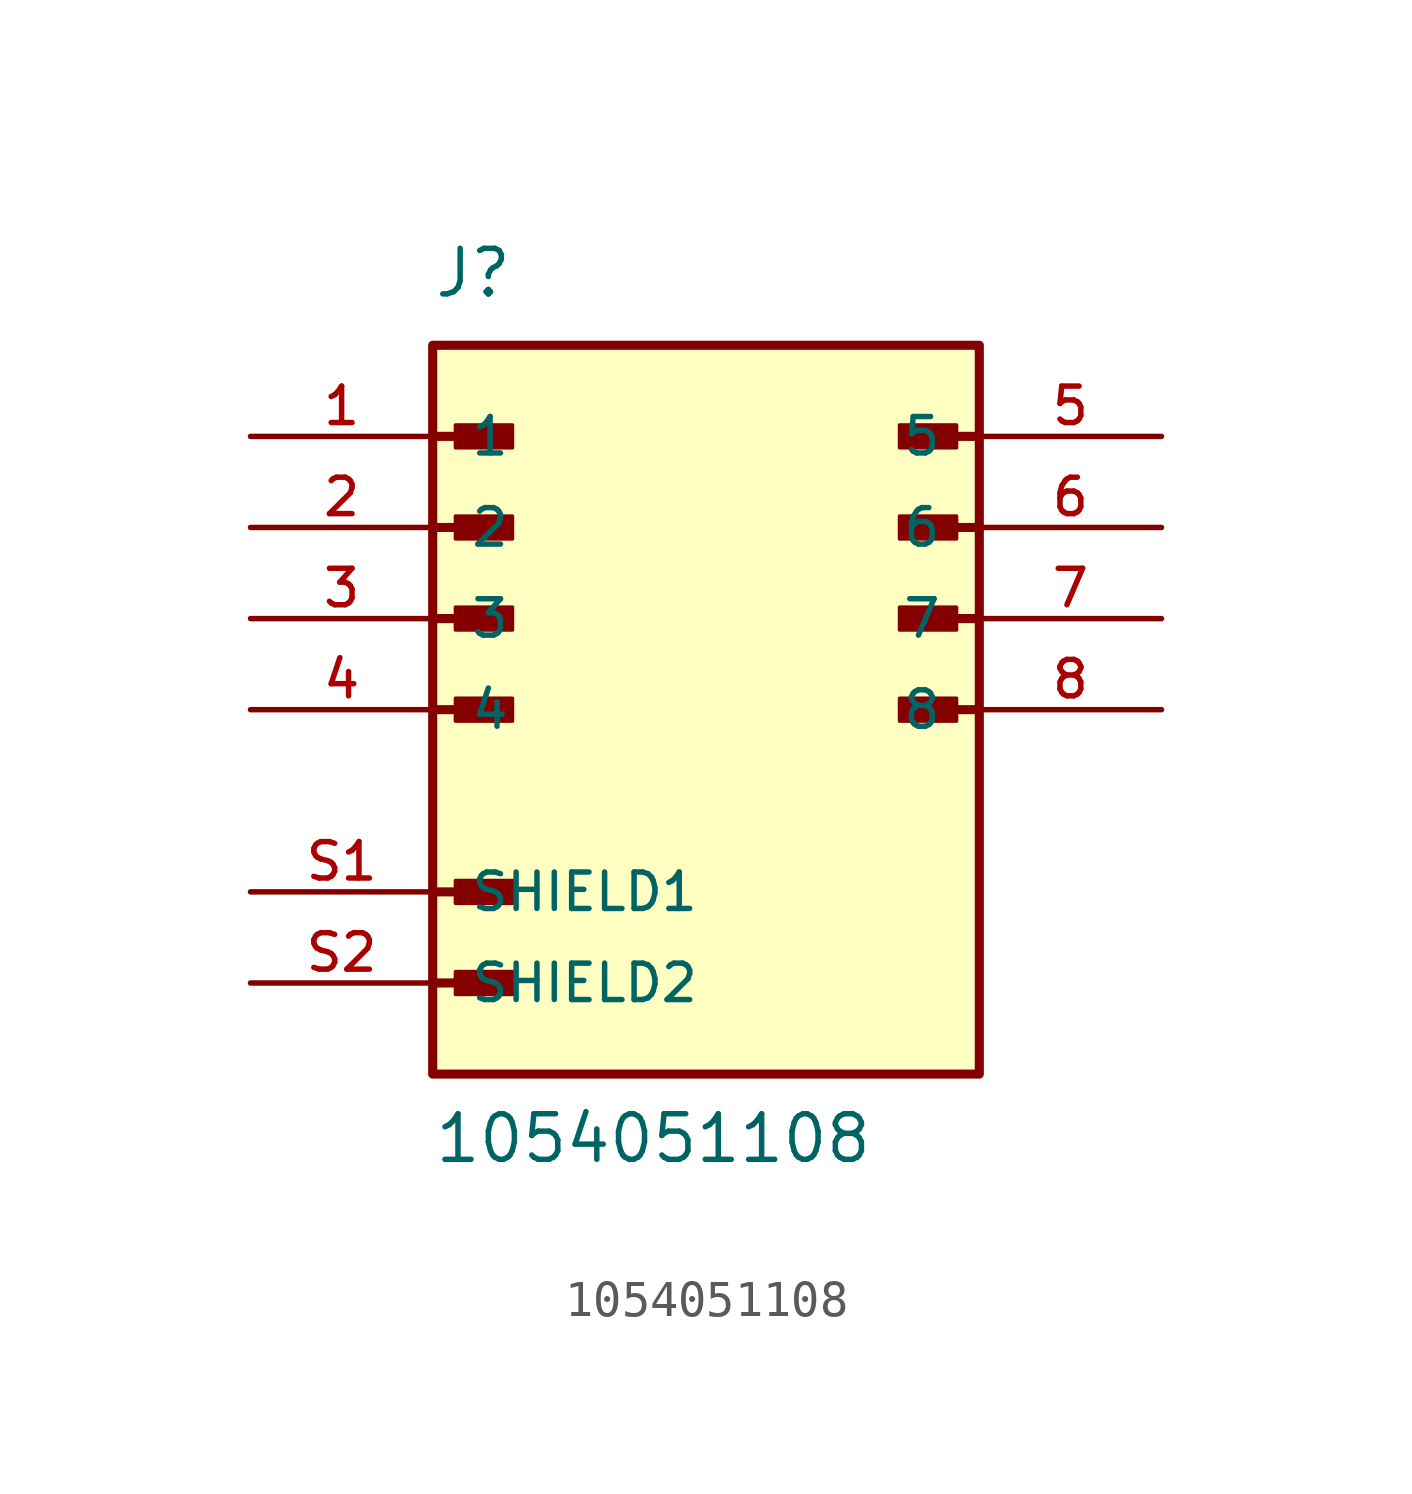
<source format=kicad_sym>
(kicad_symbol_lib
  (version 20211014)
  (generator kicad_symbol_editor)
  (symbol "1054051108"
    (pin_names
      (offset 1.016))
    (property "Reference" "J"
      (at -7.62 11.43 0)
      (effects (font (size 1.27 1.27)) (justify bottom left)))
    (property "Value" "1054051108"
      (at -7.62 -12.7 0)
      (effects (font (size 1.27 1.27)) (justify bottom left)))
    (symbol "1054051108_0_0"
      (rectangle (start -6.985 7.303) (end -5.397 7.938) (stroke (width 0.1)) (fill (type outline)))
      (polyline (pts (xy -7.62 5.08) (xy -5.715 5.08)) (stroke (width 0.254)))
      (rectangle (start -6.985 4.763) (end -5.397 5.397) (stroke (width 0.1)) (fill (type outline)))
      (polyline (pts (xy -7.62 2.54) (xy -5.715 2.54)) (stroke (width 0.254)))
      (rectangle (start -6.985 2.223) (end -5.397 2.857) (stroke (width 0.1)) (fill (type outline)))
      (polyline (pts (xy -7.62 0.0) (xy -5.715 0.0)) (stroke (width 0.254)))
      (rectangle (start -6.985 -0.318) (end -5.397 0.318) (stroke (width 0.1)) (fill (type outline)))
      (polyline (pts (xy -7.62 7.62) (xy -5.715 7.62)) (stroke (width 0.254)))
      (rectangle (start 5.397 7.303) (end 6.985 7.938) (stroke (width 0.1)) (fill (type outline)))
      (polyline (pts (xy 7.62 5.08) (xy 5.715 5.08)) (stroke (width 0.254)))
      (rectangle (start 5.397 4.763) (end 6.985 5.397) (stroke (width 0.1)) (fill (type outline)))
      (polyline (pts (xy 7.62 2.54) (xy 5.715 2.54)) (stroke (width 0.254)))
      (rectangle (start 5.397 2.223) (end 6.985 2.857) (stroke (width 0.1)) (fill (type outline)))
      (polyline (pts (xy 7.62 0.0) (xy 5.715 0.0)) (stroke (width 0.254)))
      (rectangle (start 5.397 -0.318) (end 6.985 0.318) (stroke (width 0.1)) (fill (type outline)))
      (polyline (pts (xy 7.62 7.62) (xy 5.715 7.62)) (stroke (width 0.254)))
      (polyline (pts (xy -7.62 -5.08) (xy -5.715 -5.08)) (stroke (width 0.254)))
      (rectangle (start -6.985 -5.397) (end -5.397 -4.763) (stroke (width 0.1)) (fill (type outline)))
      (polyline (pts (xy -7.62 -7.62) (xy -5.715 -7.62)) (stroke (width 0.254)))
      (rectangle (start -6.985 -7.938) (end -5.397 -7.303) (stroke (width 0.1)) (fill (type outline)))
      (rectangle (start -7.62 -10.16) (end 7.62 10.16) (stroke (width 0.254)) (fill (type background)))
      (pin passive line (at -12.7 7.62 0) (length 5.08) (name "1" (effects (font (size 1.016 1.016)))) (number "1" (effects (font (size 1.016 1.016)))))
      (pin passive line (at -12.7 5.08 0) (length 5.08) (name "2" (effects (font (size 1.016 1.016)))) (number "2" (effects (font (size 1.016 1.016)))))
      (pin passive line (at -12.7 2.54 0) (length 5.08) (name "3" (effects (font (size 1.016 1.016)))) (number "3" (effects (font (size 1.016 1.016)))))
      (pin passive line (at -12.7 0.0 0) (length 5.08) (name "4" (effects (font (size 1.016 1.016)))) (number "4" (effects (font (size 1.016 1.016)))))
      (pin passive line (at 12.7 7.62 180.0) (length 5.08) (name "5" (effects (font (size 1.016 1.016)))) (number "5" (effects (font (size 1.016 1.016)))))
      (pin passive line (at 12.7 5.08 180.0) (length 5.08) (name "6" (effects (font (size 1.016 1.016)))) (number "6" (effects (font (size 1.016 1.016)))))
      (pin passive line (at 12.7 2.54 180.0) (length 5.08) (name "7" (effects (font (size 1.016 1.016)))) (number "7" (effects (font (size 1.016 1.016)))))
      (pin passive line (at 12.7 0.0 180.0) (length 5.08) (name "8" (effects (font (size 1.016 1.016)))) (number "8" (effects (font (size 1.016 1.016)))))
      (pin passive line (at -12.7 -5.08 0) (length 5.08) (name "SHIELD1" (effects (font (size 1.016 1.016)))) (number "S1" (effects (font (size 1.016 1.016)))))
      (pin passive line (at -12.7 -7.62 0) (length 5.08) (name "SHIELD2" (effects (font (size 1.016 1.016)))) (number "S2" (effects (font (size 1.016 1.016))))))))
</source>
